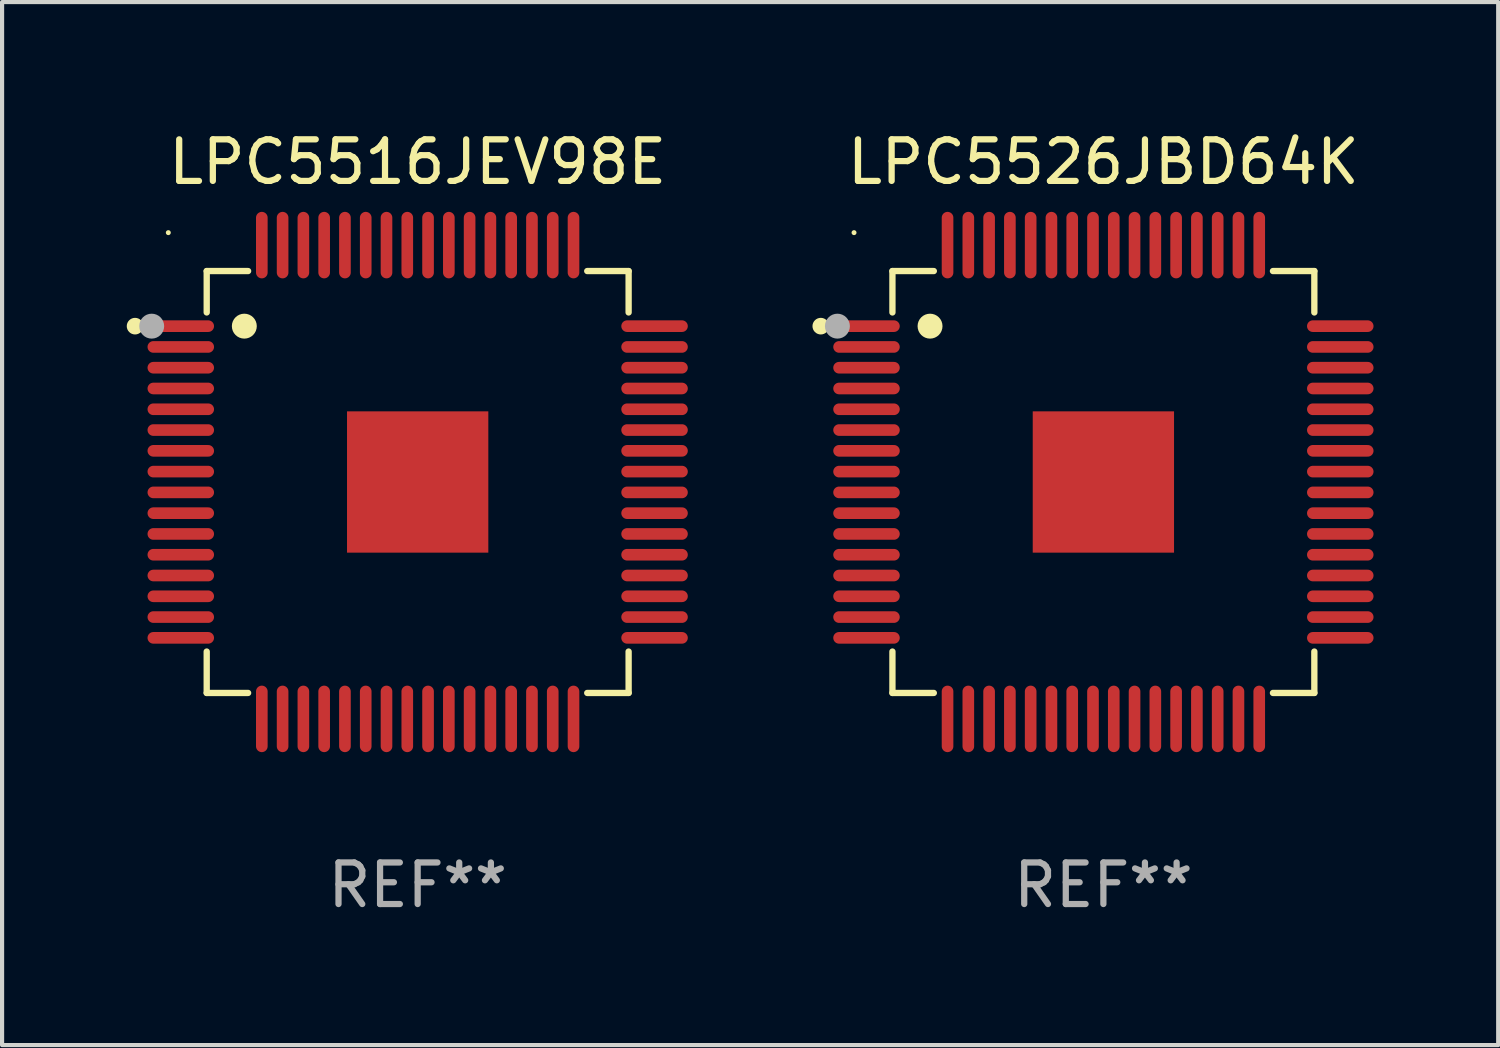
<source format=kicad_pcb>
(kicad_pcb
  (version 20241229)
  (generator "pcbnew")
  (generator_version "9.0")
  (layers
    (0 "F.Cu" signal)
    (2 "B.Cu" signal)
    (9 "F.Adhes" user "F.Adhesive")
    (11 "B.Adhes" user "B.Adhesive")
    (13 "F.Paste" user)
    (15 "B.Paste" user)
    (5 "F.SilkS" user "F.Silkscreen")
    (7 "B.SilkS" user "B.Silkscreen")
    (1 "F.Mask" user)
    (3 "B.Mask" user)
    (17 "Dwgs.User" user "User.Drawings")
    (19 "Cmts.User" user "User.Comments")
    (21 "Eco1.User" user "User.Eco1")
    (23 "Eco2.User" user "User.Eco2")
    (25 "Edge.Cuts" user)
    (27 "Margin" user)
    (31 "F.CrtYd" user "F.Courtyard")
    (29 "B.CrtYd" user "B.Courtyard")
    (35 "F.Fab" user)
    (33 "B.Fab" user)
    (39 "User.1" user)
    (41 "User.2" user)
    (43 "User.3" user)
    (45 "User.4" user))
  (footprint "LPC5516JEV98E"
    (layer "F.Cu")
    (at 7 8.548)
    (property "Reference" "LPC5516JEV98E" (at 0 -7.7 0) (layer "F.SilkS") (effects (font (size 1 1) (thickness 0.15))))
    (attr through_hole)
    (fp_line (start -5.076 -5.076) (end -5.076 -4.08) (stroke (width 0.152) (type solid)) (layer "F.SilkS"))
    (fp_line (start -5.076 5.076) (end -5.076 4.08) (stroke (width 0.152) (type solid)) (layer "F.SilkS"))
    (fp_line (start -4.08 -5.076) (end -5.076 -5.076) (stroke (width 0.152) (type solid)) (layer "F.SilkS"))
    (fp_line (start -4.08 5.076) (end -5.076 5.076) (stroke (width 0.152) (type solid)) (layer "F.SilkS"))
    (fp_line (start 4.08 -5.076) (end 5.076 -5.076) (stroke (width 0.152) (type solid)) (layer "F.SilkS"))
    (fp_line (start 4.08 5.076) (end 5.076 5.076) (stroke (width 0.152) (type solid)) (layer "F.SilkS"))
    (fp_line (start 5.076 -5.076) (end 5.076 -4.08) (stroke (width 0.152) (type solid)) (layer "F.SilkS"))
    (fp_line (start 5.076 5.076) (end 5.076 4.08) (stroke (width 0.152) (type solid)) (layer "F.SilkS"))
    (fp_circle (center -6.8 -3.75) (end -6.7 -3.75) (stroke (width 0.2) (type solid)) (fill no) (layer "F.SilkS"))
    (fp_circle (center -6 -6) (end -5.97 -6) (stroke (width 0.06) (type solid)) (fill no) (layer "F.SilkS"))
    (fp_circle (center -4.171 -3.75) (end -4.021 -3.75) (stroke (width 0.3) (type solid)) (fill no) (layer "F.SilkS"))
    (fp_circle (center -6.4 -3.75) (end -6.25 -3.75) (stroke (width 0.3) (type solid)) (fill no) (layer "F.Fab"))
    (fp_text user "REF**" (at 0 9.7 0) (layer "F.Fab") (effects (font (size 1 1) (thickness 0.15))))
    (pad "1" smd oval (at -5.7 -3.75 270) (size 0.28 1.6) (layers "F.Cu" "F.Mask" "F.Paste"))
    (pad "2" smd oval (at -5.7 -3.25 270) (size 0.28 1.6) (layers "F.Cu" "F.Mask" "F.Paste"))
    (pad "3" smd oval (at -5.7 -2.75 270) (size 0.28 1.6) (layers "F.Cu" "F.Mask" "F.Paste"))
    (pad "4" smd oval (at -5.7 -2.25 270) (size 0.28 1.6) (layers "F.Cu" "F.Mask" "F.Paste"))
    (pad "5" smd oval (at -5.7 -1.75 270) (size 0.28 1.6) (layers "F.Cu" "F.Mask" "F.Paste"))
    (pad "6" smd oval (at -5.7 -1.25 270) (size 0.28 1.6) (layers "F.Cu" "F.Mask" "F.Paste"))
    (pad "7" smd oval (at -5.7 -0.75 270) (size 0.28 1.6) (layers "F.Cu" "F.Mask" "F.Paste"))
    (pad "8" smd oval (at -5.7 -0.25 270) (size 0.28 1.6) (layers "F.Cu" "F.Mask" "F.Paste"))
    (pad "9" smd oval (at -5.7 0.25 270) (size 0.28 1.6) (layers "F.Cu" "F.Mask" "F.Paste"))
    (pad "10" smd oval (at -5.7 0.75 270) (size 0.28 1.6) (layers "F.Cu" "F.Mask" "F.Paste"))
    (pad "11" smd oval (at -5.7 1.25 270) (size 0.28 1.6) (layers "F.Cu" "F.Mask" "F.Paste"))
    (pad "12" smd oval (at -5.7 1.75 270) (size 0.28 1.6) (layers "F.Cu" "F.Mask" "F.Paste"))
    (pad "13" smd oval (at -5.7 2.25 270) (size 0.28 1.6) (layers "F.Cu" "F.Mask" "F.Paste"))
    (pad "14" smd oval (at -5.7 2.75 270) (size 0.28 1.6) (layers "F.Cu" "F.Mask" "F.Paste"))
    (pad "15" smd oval (at -5.7 3.25 270) (size 0.28 1.6) (layers "F.Cu" "F.Mask" "F.Paste"))
    (pad "16" smd oval (at -5.7 3.75 270) (size 0.28 1.6) (layers "F.Cu" "F.Mask" "F.Paste"))
    (pad "17" smd oval (at -3.75 5.7 270) (size 1.6 0.28) (layers "F.Cu" "F.Mask" "F.Paste"))
    (pad "18" smd oval (at -3.25 5.7 270) (size 1.6 0.28) (layers "F.Cu" "F.Mask" "F.Paste"))
    (pad "19" smd oval (at -2.75 5.7 270) (size 1.6 0.28) (layers "F.Cu" "F.Mask" "F.Paste"))
    (pad "20" smd oval (at -2.25 5.7 270) (size 1.6 0.28) (layers "F.Cu" "F.Mask" "F.Paste"))
    (pad "21" smd oval (at -1.75 5.7 270) (size 1.6 0.28) (layers "F.Cu" "F.Mask" "F.Paste"))
    (pad "22" smd oval (at -1.25 5.7 270) (size 1.6 0.28) (layers "F.Cu" "F.Mask" "F.Paste"))
    (pad "23" smd oval (at -0.75 5.7 270) (size 1.6 0.28) (layers "F.Cu" "F.Mask" "F.Paste"))
    (pad "24" smd oval (at -0.25 5.7 270) (size 1.6 0.28) (layers "F.Cu" "F.Mask" "F.Paste"))
    (pad "25" smd oval (at 0.25 5.7 270) (size 1.6 0.28) (layers "F.Cu" "F.Mask" "F.Paste"))
    (pad "26" smd oval (at 0.75 5.7 270) (size 1.6 0.28) (layers "F.Cu" "F.Mask" "F.Paste"))
    (pad "27" smd oval (at 1.25 5.7 270) (size 1.6 0.28) (layers "F.Cu" "F.Mask" "F.Paste"))
    (pad "28" smd oval (at 1.75 5.7 270) (size 1.6 0.28) (layers "F.Cu" "F.Mask" "F.Paste"))
    (pad "29" smd oval (at 2.25 5.7 270) (size 1.6 0.28) (layers "F.Cu" "F.Mask" "F.Paste"))
    (pad "30" smd oval (at 2.75 5.7 270) (size 1.6 0.28) (layers "F.Cu" "F.Mask" "F.Paste"))
    (pad "31" smd oval (at 3.25 5.7 270) (size 1.6 0.28) (layers "F.Cu" "F.Mask" "F.Paste"))
    (pad "32" smd oval (at 3.75 5.7 270) (size 1.6 0.28) (layers "F.Cu" "F.Mask" "F.Paste"))
    (pad "33" smd oval (at 5.7 3.75 270) (size 0.28 1.6) (layers "F.Cu" "F.Mask" "F.Paste"))
    (pad "34" smd oval (at 5.7 3.25 270) (size 0.28 1.6) (layers "F.Cu" "F.Mask" "F.Paste"))
    (pad "35" smd oval (at 5.7 2.75 270) (size 0.28 1.6) (layers "F.Cu" "F.Mask" "F.Paste"))
    (pad "36" smd oval (at 5.7 2.25 270) (size 0.28 1.6) (layers "F.Cu" "F.Mask" "F.Paste"))
    (pad "37" smd oval (at 5.7 1.75 270) (size 0.28 1.6) (layers "F.Cu" "F.Mask" "F.Paste"))
    (pad "38" smd oval (at 5.7 1.25 270) (size 0.28 1.6) (layers "F.Cu" "F.Mask" "F.Paste"))
    (pad "39" smd oval (at 5.7 0.75 270) (size 0.28 1.6) (layers "F.Cu" "F.Mask" "F.Paste"))
    (pad "40" smd oval (at 5.7 0.25 270) (size 0.28 1.6) (layers "F.Cu" "F.Mask" "F.Paste"))
    (pad "41" smd oval (at 5.7 -0.25 270) (size 0.28 1.6) (layers "F.Cu" "F.Mask" "F.Paste"))
    (pad "42" smd oval (at 5.7 -0.75 270) (size 0.28 1.6) (layers "F.Cu" "F.Mask" "F.Paste"))
    (pad "43" smd oval (at 5.7 -1.25 270) (size 0.28 1.6) (layers "F.Cu" "F.Mask" "F.Paste"))
    (pad "44" smd oval (at 5.7 -1.75 270) (size 0.28 1.6) (layers "F.Cu" "F.Mask" "F.Paste"))
    (pad "45" smd oval (at 5.7 -2.25 270) (size 0.28 1.6) (layers "F.Cu" "F.Mask" "F.Paste"))
    (pad "46" smd oval (at 5.7 -2.75 270) (size 0.28 1.6) (layers "F.Cu" "F.Mask" "F.Paste"))
    (pad "47" smd oval (at 5.7 -3.25 270) (size 0.28 1.6) (layers "F.Cu" "F.Mask" "F.Paste"))
    (pad "48" smd oval (at 5.7 -3.75 270) (size 0.28 1.6) (layers "F.Cu" "F.Mask" "F.Paste"))
    (pad "49" smd oval (at 3.75 -5.7 270) (size 1.6 0.28) (layers "F.Cu" "F.Mask" "F.Paste"))
    (pad "50" smd oval (at 3.25 -5.7 270) (size 1.6 0.28) (layers "F.Cu" "F.Mask" "F.Paste"))
    (pad "51" smd oval (at 2.75 -5.7 270) (size 1.6 0.28) (layers "F.Cu" "F.Mask" "F.Paste"))
    (pad "52" smd oval (at 2.25 -5.7 270) (size 1.6 0.28) (layers "F.Cu" "F.Mask" "F.Paste"))
    (pad "53" smd oval (at 1.75 -5.7 270) (size 1.6 0.28) (layers "F.Cu" "F.Mask" "F.Paste"))
    (pad "54" smd oval (at 1.25 -5.7 270) (size 1.6 0.28) (layers "F.Cu" "F.Mask" "F.Paste"))
    (pad "55" smd oval (at 0.75 -5.7 270) (size 1.6 0.28) (layers "F.Cu" "F.Mask" "F.Paste"))
    (pad "56" smd oval (at 0.25 -5.7 270) (size 1.6 0.28) (layers "F.Cu" "F.Mask" "F.Paste"))
    (pad "57" smd oval (at -0.25 -5.7 270) (size 1.6 0.28) (layers "F.Cu" "F.Mask" "F.Paste"))
    (pad "58" smd oval (at -0.75 -5.7 270) (size 1.6 0.28) (layers "F.Cu" "F.Mask" "F.Paste"))
    (pad "59" smd oval (at -1.25 -5.7 270) (size 1.6 0.28) (layers "F.Cu" "F.Mask" "F.Paste"))
    (pad "60" smd oval (at -1.75 -5.7 270) (size 1.6 0.28) (layers "F.Cu" "F.Mask" "F.Paste"))
    (pad "61" smd oval (at -2.25 -5.7 270) (size 1.6 0.28) (layers "F.Cu" "F.Mask" "F.Paste"))
    (pad "62" smd oval (at -2.75 -5.7 270) (size 1.6 0.28) (layers "F.Cu" "F.Mask" "F.Paste"))
    (pad "63" smd oval (at -3.25 -5.7 270) (size 1.6 0.28) (layers "F.Cu" "F.Mask" "F.Paste"))
    (pad "64" smd oval (at -3.75 -5.7 270) (size 1.6 0.28) (layers "F.Cu" "F.Mask" "F.Paste"))
    (pad "65" smd rect (at 0 0 270) (size 3.4 3.4) (layers "F.Cu" "F.Mask" "F.Paste")))
  (footprint "LPC5526JBD64K"
    (layer "F.Cu")
    (at 23.5 8.548)
    (property "Reference" "LPC5526JBD64K" (at 0 -7.7 0) (layer "F.SilkS") (effects (font (size 1 1) (thickness 0.15))))
    (attr through_hole)
    (fp_line (start -5.076 -5.076) (end -5.076 -4.08) (stroke (width 0.152) (type solid)) (layer "F.SilkS"))
    (fp_line (start -5.076 5.076) (end -5.076 4.08) (stroke (width 0.152) (type solid)) (layer "F.SilkS"))
    (fp_line (start -4.08 -5.076) (end -5.076 -5.076) (stroke (width 0.152) (type solid)) (layer "F.SilkS"))
    (fp_line (start -4.08 5.076) (end -5.076 5.076) (stroke (width 0.152) (type solid)) (layer "F.SilkS"))
    (fp_line (start 4.08 -5.076) (end 5.076 -5.076) (stroke (width 0.152) (type solid)) (layer "F.SilkS"))
    (fp_line (start 4.08 5.076) (end 5.076 5.076) (stroke (width 0.152) (type solid)) (layer "F.SilkS"))
    (fp_line (start 5.076 -5.076) (end 5.076 -4.08) (stroke (width 0.152) (type solid)) (layer "F.SilkS"))
    (fp_line (start 5.076 5.076) (end 5.076 4.08) (stroke (width 0.152) (type solid)) (layer "F.SilkS"))
    (fp_circle (center -6.8 -3.75) (end -6.7 -3.75) (stroke (width 0.2) (type solid)) (fill no) (layer "F.SilkS"))
    (fp_circle (center -6 -6) (end -5.97 -6) (stroke (width 0.06) (type solid)) (fill no) (layer "F.SilkS"))
    (fp_circle (center -4.171 -3.75) (end -4.021 -3.75) (stroke (width 0.3) (type solid)) (fill no) (layer "F.SilkS"))
    (fp_circle (center -6.4 -3.75) (end -6.25 -3.75) (stroke (width 0.3) (type solid)) (fill no) (layer "F.Fab"))
    (fp_text user "REF**" (at 0 9.7 0) (layer "F.Fab") (effects (font (size 1 1) (thickness 0.15))))
    (pad "1" smd oval (at -5.7 -3.75 270) (size 0.28 1.6) (layers "F.Cu" "F.Mask" "F.Paste"))
    (pad "2" smd oval (at -5.7 -3.25 270) (size 0.28 1.6) (layers "F.Cu" "F.Mask" "F.Paste"))
    (pad "3" smd oval (at -5.7 -2.75 270) (size 0.28 1.6) (layers "F.Cu" "F.Mask" "F.Paste"))
    (pad "4" smd oval (at -5.7 -2.25 270) (size 0.28 1.6) (layers "F.Cu" "F.Mask" "F.Paste"))
    (pad "5" smd oval (at -5.7 -1.75 270) (size 0.28 1.6) (layers "F.Cu" "F.Mask" "F.Paste"))
    (pad "6" smd oval (at -5.7 -1.25 270) (size 0.28 1.6) (layers "F.Cu" "F.Mask" "F.Paste"))
    (pad "7" smd oval (at -5.7 -0.75 270) (size 0.28 1.6) (layers "F.Cu" "F.Mask" "F.Paste"))
    (pad "8" smd oval (at -5.7 -0.25 270) (size 0.28 1.6) (layers "F.Cu" "F.Mask" "F.Paste"))
    (pad "9" smd oval (at -5.7 0.25 270) (size 0.28 1.6) (layers "F.Cu" "F.Mask" "F.Paste"))
    (pad "10" smd oval (at -5.7 0.75 270) (size 0.28 1.6) (layers "F.Cu" "F.Mask" "F.Paste"))
    (pad "11" smd oval (at -5.7 1.25 270) (size 0.28 1.6) (layers "F.Cu" "F.Mask" "F.Paste"))
    (pad "12" smd oval (at -5.7 1.75 270) (size 0.28 1.6) (layers "F.Cu" "F.Mask" "F.Paste"))
    (pad "13" smd oval (at -5.7 2.25 270) (size 0.28 1.6) (layers "F.Cu" "F.Mask" "F.Paste"))
    (pad "14" smd oval (at -5.7 2.75 270) (size 0.28 1.6) (layers "F.Cu" "F.Mask" "F.Paste"))
    (pad "15" smd oval (at -5.7 3.25 270) (size 0.28 1.6) (layers "F.Cu" "F.Mask" "F.Paste"))
    (pad "16" smd oval (at -5.7 3.75 270) (size 0.28 1.6) (layers "F.Cu" "F.Mask" "F.Paste"))
    (pad "17" smd oval (at -3.75 5.7 270) (size 1.6 0.28) (layers "F.Cu" "F.Mask" "F.Paste"))
    (pad "18" smd oval (at -3.25 5.7 270) (size 1.6 0.28) (layers "F.Cu" "F.Mask" "F.Paste"))
    (pad "19" smd oval (at -2.75 5.7 270) (size 1.6 0.28) (layers "F.Cu" "F.Mask" "F.Paste"))
    (pad "20" smd oval (at -2.25 5.7 270) (size 1.6 0.28) (layers "F.Cu" "F.Mask" "F.Paste"))
    (pad "21" smd oval (at -1.75 5.7 270) (size 1.6 0.28) (layers "F.Cu" "F.Mask" "F.Paste"))
    (pad "22" smd oval (at -1.25 5.7 270) (size 1.6 0.28) (layers "F.Cu" "F.Mask" "F.Paste"))
    (pad "23" smd oval (at -0.75 5.7 270) (size 1.6 0.28) (layers "F.Cu" "F.Mask" "F.Paste"))
    (pad "24" smd oval (at -0.25 5.7 270) (size 1.6 0.28) (layers "F.Cu" "F.Mask" "F.Paste"))
    (pad "25" smd oval (at 0.25 5.7 270) (size 1.6 0.28) (layers "F.Cu" "F.Mask" "F.Paste"))
    (pad "26" smd oval (at 0.75 5.7 270) (size 1.6 0.28) (layers "F.Cu" "F.Mask" "F.Paste"))
    (pad "27" smd oval (at 1.25 5.7 270) (size 1.6 0.28) (layers "F.Cu" "F.Mask" "F.Paste"))
    (pad "28" smd oval (at 1.75 5.7 270) (size 1.6 0.28) (layers "F.Cu" "F.Mask" "F.Paste"))
    (pad "29" smd oval (at 2.25 5.7 270) (size 1.6 0.28) (layers "F.Cu" "F.Mask" "F.Paste"))
    (pad "30" smd oval (at 2.75 5.7 270) (size 1.6 0.28) (layers "F.Cu" "F.Mask" "F.Paste"))
    (pad "31" smd oval (at 3.25 5.7 270) (size 1.6 0.28) (layers "F.Cu" "F.Mask" "F.Paste"))
    (pad "32" smd oval (at 3.75 5.7 270) (size 1.6 0.28) (layers "F.Cu" "F.Mask" "F.Paste"))
    (pad "33" smd oval (at 5.7 3.75 270) (size 0.28 1.6) (layers "F.Cu" "F.Mask" "F.Paste"))
    (pad "34" smd oval (at 5.7 3.25 270) (size 0.28 1.6) (layers "F.Cu" "F.Mask" "F.Paste"))
    (pad "35" smd oval (at 5.7 2.75 270) (size 0.28 1.6) (layers "F.Cu" "F.Mask" "F.Paste"))
    (pad "36" smd oval (at 5.7 2.25 270) (size 0.28 1.6) (layers "F.Cu" "F.Mask" "F.Paste"))
    (pad "37" smd oval (at 5.7 1.75 270) (size 0.28 1.6) (layers "F.Cu" "F.Mask" "F.Paste"))
    (pad "38" smd oval (at 5.7 1.25 270) (size 0.28 1.6) (layers "F.Cu" "F.Mask" "F.Paste"))
    (pad "39" smd oval (at 5.7 0.75 270) (size 0.28 1.6) (layers "F.Cu" "F.Mask" "F.Paste"))
    (pad "40" smd oval (at 5.7 0.25 270) (size 0.28 1.6) (layers "F.Cu" "F.Mask" "F.Paste"))
    (pad "41" smd oval (at 5.7 -0.25 270) (size 0.28 1.6) (layers "F.Cu" "F.Mask" "F.Paste"))
    (pad "42" smd oval (at 5.7 -0.75 270) (size 0.28 1.6) (layers "F.Cu" "F.Mask" "F.Paste"))
    (pad "43" smd oval (at 5.7 -1.25 270) (size 0.28 1.6) (layers "F.Cu" "F.Mask" "F.Paste"))
    (pad "44" smd oval (at 5.7 -1.75 270) (size 0.28 1.6) (layers "F.Cu" "F.Mask" "F.Paste"))
    (pad "45" smd oval (at 5.7 -2.25 270) (size 0.28 1.6) (layers "F.Cu" "F.Mask" "F.Paste"))
    (pad "46" smd oval (at 5.7 -2.75 270) (size 0.28 1.6) (layers "F.Cu" "F.Mask" "F.Paste"))
    (pad "47" smd oval (at 5.7 -3.25 270) (size 0.28 1.6) (layers "F.Cu" "F.Mask" "F.Paste"))
    (pad "48" smd oval (at 5.7 -3.75 270) (size 0.28 1.6) (layers "F.Cu" "F.Mask" "F.Paste"))
    (pad "49" smd oval (at 3.75 -5.7 270) (size 1.6 0.28) (layers "F.Cu" "F.Mask" "F.Paste"))
    (pad "50" smd oval (at 3.25 -5.7 270) (size 1.6 0.28) (layers "F.Cu" "F.Mask" "F.Paste"))
    (pad "51" smd oval (at 2.75 -5.7 270) (size 1.6 0.28) (layers "F.Cu" "F.Mask" "F.Paste"))
    (pad "52" smd oval (at 2.25 -5.7 270) (size 1.6 0.28) (layers "F.Cu" "F.Mask" "F.Paste"))
    (pad "53" smd oval (at 1.75 -5.7 270) (size 1.6 0.28) (layers "F.Cu" "F.Mask" "F.Paste"))
    (pad "54" smd oval (at 1.25 -5.7 270) (size 1.6 0.28) (layers "F.Cu" "F.Mask" "F.Paste"))
    (pad "55" smd oval (at 0.75 -5.7 270) (size 1.6 0.28) (layers "F.Cu" "F.Mask" "F.Paste"))
    (pad "56" smd oval (at 0.25 -5.7 270) (size 1.6 0.28) (layers "F.Cu" "F.Mask" "F.Paste"))
    (pad "57" smd oval (at -0.25 -5.7 270) (size 1.6 0.28) (layers "F.Cu" "F.Mask" "F.Paste"))
    (pad "58" smd oval (at -0.75 -5.7 270) (size 1.6 0.28) (layers "F.Cu" "F.Mask" "F.Paste"))
    (pad "59" smd oval (at -1.25 -5.7 270) (size 1.6 0.28) (layers "F.Cu" "F.Mask" "F.Paste"))
    (pad "60" smd oval (at -1.75 -5.7 270) (size 1.6 0.28) (layers "F.Cu" "F.Mask" "F.Paste"))
    (pad "61" smd oval (at -2.25 -5.7 270) (size 1.6 0.28) (layers "F.Cu" "F.Mask" "F.Paste"))
    (pad "62" smd oval (at -2.75 -5.7 270) (size 1.6 0.28) (layers "F.Cu" "F.Mask" "F.Paste"))
    (pad "63" smd oval (at -3.25 -5.7 270) (size 1.6 0.28) (layers "F.Cu" "F.Mask" "F.Paste"))
    (pad "64" smd oval (at -3.75 -5.7 270) (size 1.6 0.28) (layers "F.Cu" "F.Mask" "F.Paste"))
    (pad "65" smd rect (at 0 0 270) (size 3.4 3.4) (layers "F.Cu" "F.Mask" "F.Paste")))
  (gr_rect
    (start -3 -3)
    (end 33 22.097)
    (stroke (width 0.1) (type default))
    (fill no)
    (layer "Edge.Cuts")))
</source>
